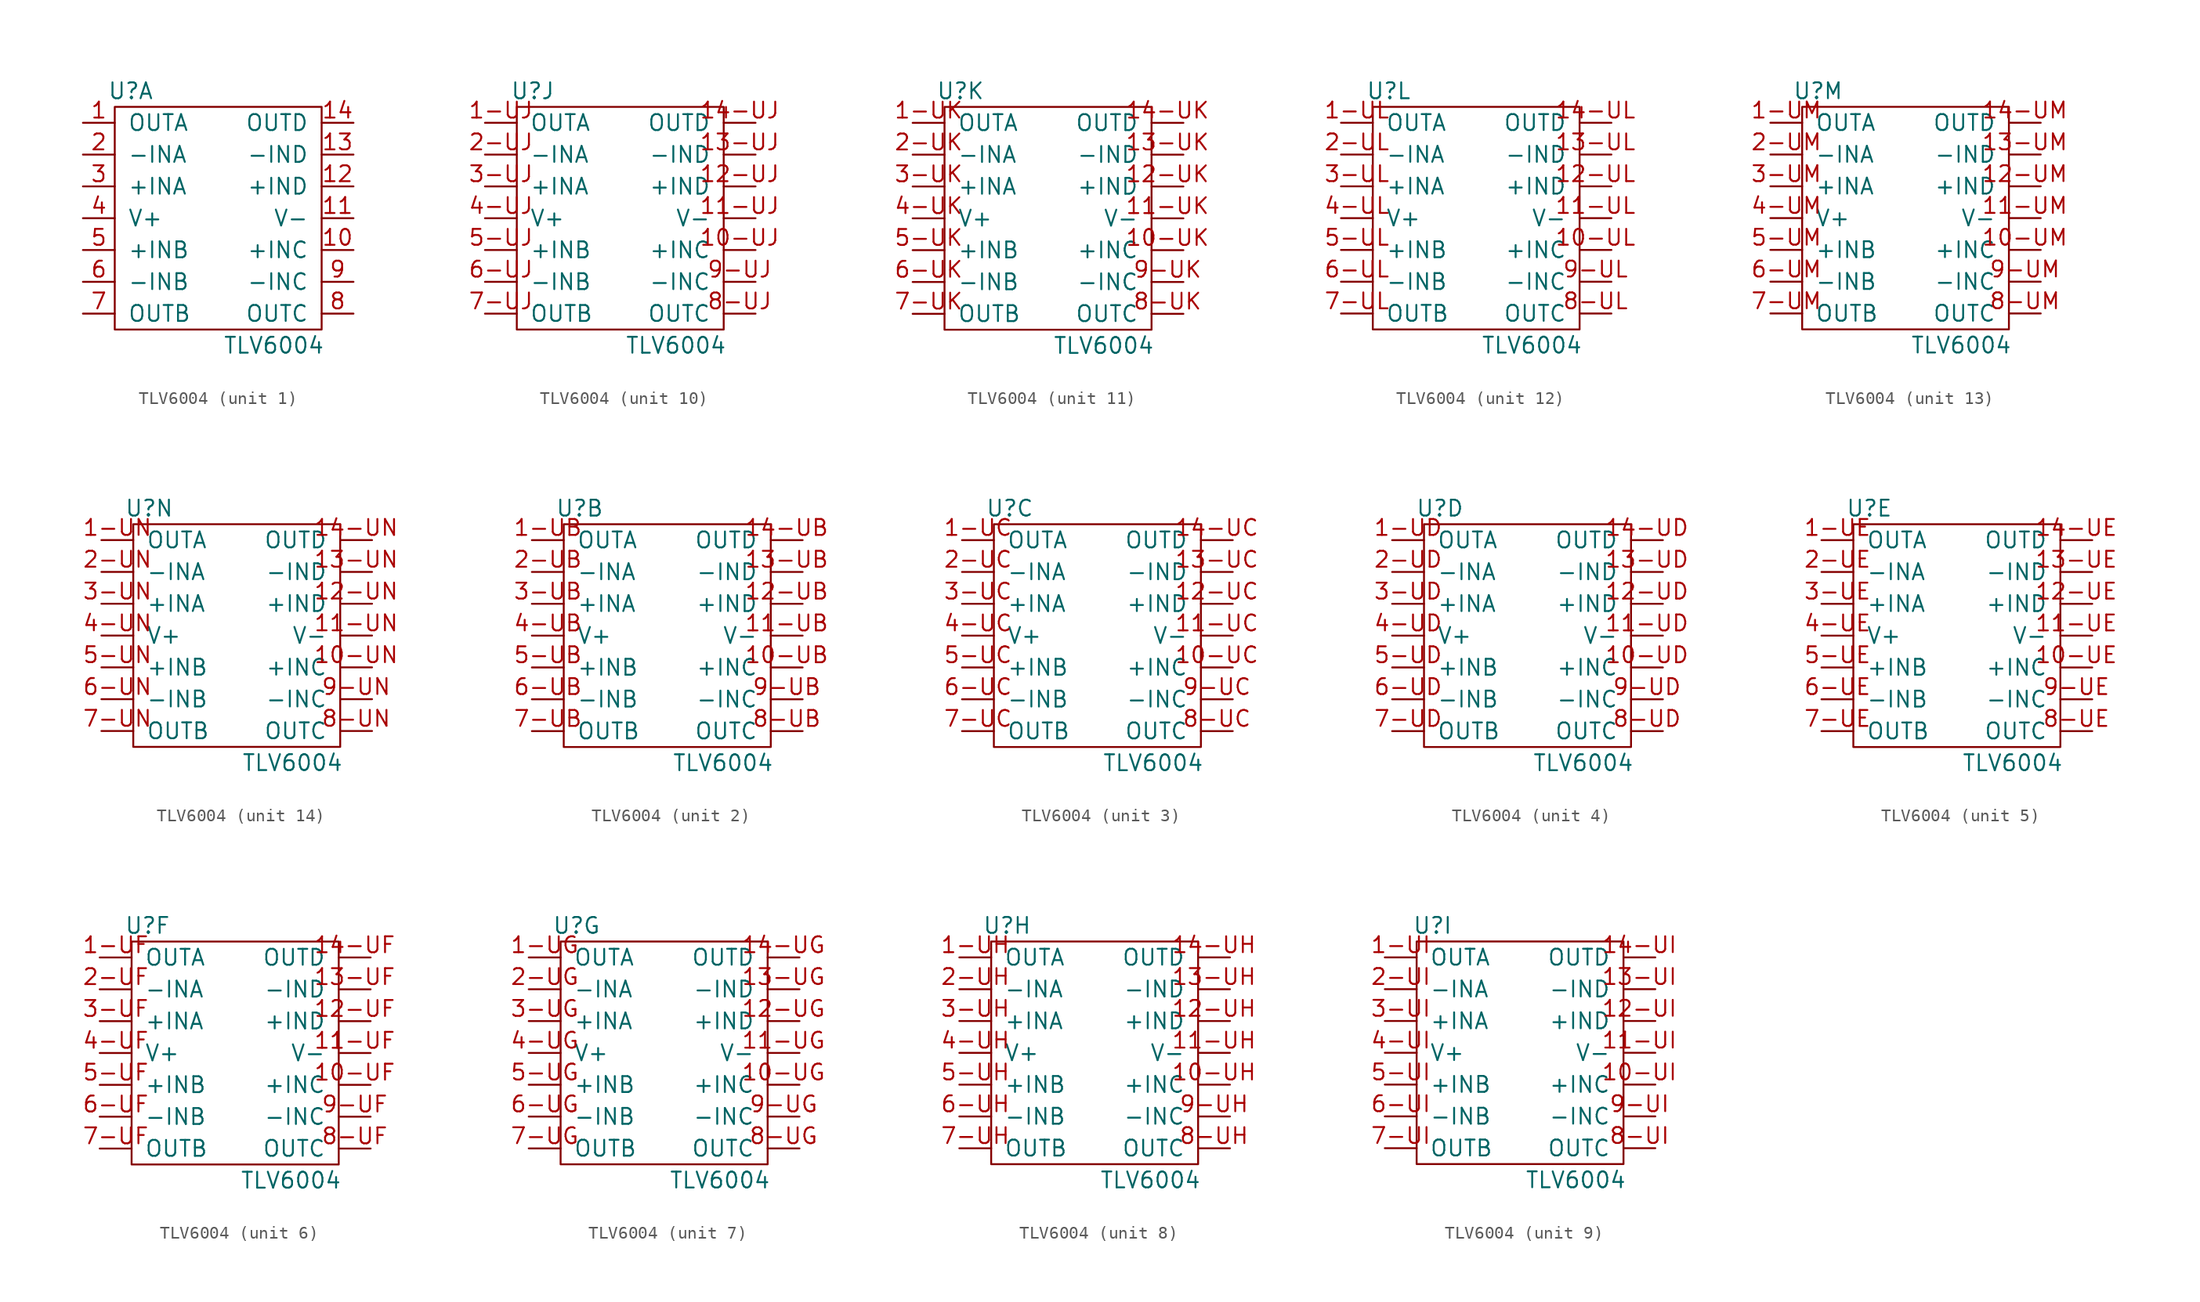
<source format=kicad_sym>
(kicad_symbol_lib
  (version 20211014)
  (generator kicad_symbol_editor)
  (symbol "TLV6004"
    (pin_names
      (offset 1.016))
    (property "Reference" "U"
      (at -6.35 10.16 0)
      (effects (font (size 1.27 1.27))))
    (property "Value" "TLV6004"
      (at 5.08 -10.16 0)
      (effects (font (size 1.27 1.27))))
    (symbol "TLV6004_0_1"
      (rectangle (start -7.62 8.89) (end 8.89 -8.89) (stroke (width 0) (type default) (color 0 0 0 0)) (fill (type none))))
    (symbol "TLV6004_1_1"
      (pin output line (at -10.16 7.62 0) (length 2.54) (name "OUTA" (effects (font (size 1.27 1.27)))) (number "1" (effects (font (size 1.27 1.27)))))
      (pin input line (at 11.43 -2.54 180) (length 2.54) (name "+INC" (effects (font (size 1.27 1.27)))) (number "10" (effects (font (size 1.27 1.27)))))
      (pin power_in line (at 11.43 0 180) (length 2.54) (name "V-" (effects (font (size 1.27 1.27)))) (number "11" (effects (font (size 1.27 1.27)))))
      (pin input line (at 11.43 2.54 180) (length 2.54) (name "+IND" (effects (font (size 1.27 1.27)))) (number "12" (effects (font (size 1.27 1.27)))))
      (pin input line (at 11.43 5.08 180) (length 2.54) (name "-IND" (effects (font (size 1.27 1.27)))) (number "13" (effects (font (size 1.27 1.27)))))
      (pin output line (at 11.43 7.62 180) (length 2.54) (name "OUTD" (effects (font (size 1.27 1.27)))) (number "14" (effects (font (size 1.27 1.27)))))
      (pin input line (at -10.16 5.08 0) (length 2.54) (name "-INA" (effects (font (size 1.27 1.27)))) (number "2" (effects (font (size 1.27 1.27)))))
      (pin input line (at -10.16 2.54 0) (length 2.54) (name "+INA" (effects (font (size 1.27 1.27)))) (number "3" (effects (font (size 1.27 1.27)))))
      (pin power_in line (at -10.16 0 0) (length 2.54) (name "V+" (effects (font (size 1.27 1.27)))) (number "4" (effects (font (size 1.27 1.27)))))
      (pin input line (at -10.16 -2.54 0) (length 2.54) (name "+INB" (effects (font (size 1.27 1.27)))) (number "5" (effects (font (size 1.27 1.27)))))
      (pin input line (at -10.16 -5.08 0) (length 2.54) (name "-INB" (effects (font (size 1.27 1.27)))) (number "6" (effects (font (size 1.27 1.27)))))
      (pin output line (at -10.16 -7.62 0) (length 2.54) (name "OUTB" (effects (font (size 1.27 1.27)))) (number "7" (effects (font (size 1.27 1.27)))))
      (pin output line (at 11.43 -7.62 180) (length 2.54) (name "OUTC" (effects (font (size 1.27 1.27)))) (number "8" (effects (font (size 1.27 1.27)))))
      (pin input line (at 11.43 -5.08 180) (length 2.54) (name "-INC" (effects (font (size 1.27 1.27)))) (number "9" (effects (font (size 1.27 1.27))))))
    (symbol "TLV6004_2_1"
      (pin output line (at -10.16 7.62 0) (length 2.54) (name "OUTA" (effects (font (size 1.27 1.27)))) (number "1-UB" (effects (font (size 1.27 1.27)))))
      (pin input line (at 11.43 -2.54 180) (length 2.54) (name "+INC" (effects (font (size 1.27 1.27)))) (number "10-UB" (effects (font (size 1.27 1.27)))))
      (pin power_in line (at 11.43 0 180) (length 2.54) (name "V-" (effects (font (size 1.27 1.27)))) (number "11-UB" (effects (font (size 1.27 1.27)))))
      (pin input line (at 11.43 2.54 180) (length 2.54) (name "+IND" (effects (font (size 1.27 1.27)))) (number "12-UB" (effects (font (size 1.27 1.27)))))
      (pin input line (at 11.43 5.08 180) (length 2.54) (name "-IND" (effects (font (size 1.27 1.27)))) (number "13-UB" (effects (font (size 1.27 1.27)))))
      (pin output line (at 11.43 7.62 180) (length 2.54) (name "OUTD" (effects (font (size 1.27 1.27)))) (number "14-UB" (effects (font (size 1.27 1.27)))))
      (pin input line (at -10.16 5.08 0) (length 2.54) (name "-INA" (effects (font (size 1.27 1.27)))) (number "2-UB" (effects (font (size 1.27 1.27)))))
      (pin input line (at -10.16 2.54 0) (length 2.54) (name "+INA" (effects (font (size 1.27 1.27)))) (number "3-UB" (effects (font (size 1.27 1.27)))))
      (pin power_in line (at -10.16 0 0) (length 2.54) (name "V+" (effects (font (size 1.27 1.27)))) (number "4-UB" (effects (font (size 1.27 1.27)))))
      (pin input line (at -10.16 -2.54 0) (length 2.54) (name "+INB" (effects (font (size 1.27 1.27)))) (number "5-UB" (effects (font (size 1.27 1.27)))))
      (pin input line (at -10.16 -5.08 0) (length 2.54) (name "-INB" (effects (font (size 1.27 1.27)))) (number "6-UB" (effects (font (size 1.27 1.27)))))
      (pin output line (at -10.16 -7.62 0) (length 2.54) (name "OUTB" (effects (font (size 1.27 1.27)))) (number "7-UB" (effects (font (size 1.27 1.27)))))
      (pin output line (at 11.43 -7.62 180) (length 2.54) (name "OUTC" (effects (font (size 1.27 1.27)))) (number "8-UB" (effects (font (size 1.27 1.27)))))
      (pin input line (at 11.43 -5.08 180) (length 2.54) (name "-INC" (effects (font (size 1.27 1.27)))) (number "9-UB" (effects (font (size 1.27 1.27))))))
    (symbol "TLV6004_3_1"
      (pin output line (at -10.16 7.62 0) (length 2.54) (name "OUTA" (effects (font (size 1.27 1.27)))) (number "1-UC" (effects (font (size 1.27 1.27)))))
      (pin input line (at 11.43 -2.54 180) (length 2.54) (name "+INC" (effects (font (size 1.27 1.27)))) (number "10-UC" (effects (font (size 1.27 1.27)))))
      (pin power_in line (at 11.43 0 180) (length 2.54) (name "V-" (effects (font (size 1.27 1.27)))) (number "11-UC" (effects (font (size 1.27 1.27)))))
      (pin input line (at 11.43 2.54 180) (length 2.54) (name "+IND" (effects (font (size 1.27 1.27)))) (number "12-UC" (effects (font (size 1.27 1.27)))))
      (pin input line (at 11.43 5.08 180) (length 2.54) (name "-IND" (effects (font (size 1.27 1.27)))) (number "13-UC" (effects (font (size 1.27 1.27)))))
      (pin output line (at 11.43 7.62 180) (length 2.54) (name "OUTD" (effects (font (size 1.27 1.27)))) (number "14-UC" (effects (font (size 1.27 1.27)))))
      (pin input line (at -10.16 5.08 0) (length 2.54) (name "-INA" (effects (font (size 1.27 1.27)))) (number "2-UC" (effects (font (size 1.27 1.27)))))
      (pin input line (at -10.16 2.54 0) (length 2.54) (name "+INA" (effects (font (size 1.27 1.27)))) (number "3-UC" (effects (font (size 1.27 1.27)))))
      (pin power_in line (at -10.16 0 0) (length 2.54) (name "V+" (effects (font (size 1.27 1.27)))) (number "4-UC" (effects (font (size 1.27 1.27)))))
      (pin input line (at -10.16 -2.54 0) (length 2.54) (name "+INB" (effects (font (size 1.27 1.27)))) (number "5-UC" (effects (font (size 1.27 1.27)))))
      (pin input line (at -10.16 -5.08 0) (length 2.54) (name "-INB" (effects (font (size 1.27 1.27)))) (number "6-UC" (effects (font (size 1.27 1.27)))))
      (pin output line (at -10.16 -7.62 0) (length 2.54) (name "OUTB" (effects (font (size 1.27 1.27)))) (number "7-UC" (effects (font (size 1.27 1.27)))))
      (pin output line (at 11.43 -7.62 180) (length 2.54) (name "OUTC" (effects (font (size 1.27 1.27)))) (number "8-UC" (effects (font (size 1.27 1.27)))))
      (pin input line (at 11.43 -5.08 180) (length 2.54) (name "-INC" (effects (font (size 1.27 1.27)))) (number "9-UC" (effects (font (size 1.27 1.27))))))
    (symbol "TLV6004_4_1"
      (pin output line (at -10.16 7.62 0) (length 2.54) (name "OUTA" (effects (font (size 1.27 1.27)))) (number "1-UD" (effects (font (size 1.27 1.27)))))
      (pin input line (at 11.43 -2.54 180) (length 2.54) (name "+INC" (effects (font (size 1.27 1.27)))) (number "10-UD" (effects (font (size 1.27 1.27)))))
      (pin power_in line (at 11.43 0 180) (length 2.54) (name "V-" (effects (font (size 1.27 1.27)))) (number "11-UD" (effects (font (size 1.27 1.27)))))
      (pin input line (at 11.43 2.54 180) (length 2.54) (name "+IND" (effects (font (size 1.27 1.27)))) (number "12-UD" (effects (font (size 1.27 1.27)))))
      (pin input line (at 11.43 5.08 180) (length 2.54) (name "-IND" (effects (font (size 1.27 1.27)))) (number "13-UD" (effects (font (size 1.27 1.27)))))
      (pin output line (at 11.43 7.62 180) (length 2.54) (name "OUTD" (effects (font (size 1.27 1.27)))) (number "14-UD" (effects (font (size 1.27 1.27)))))
      (pin input line (at -10.16 5.08 0) (length 2.54) (name "-INA" (effects (font (size 1.27 1.27)))) (number "2-UD" (effects (font (size 1.27 1.27)))))
      (pin input line (at -10.16 2.54 0) (length 2.54) (name "+INA" (effects (font (size 1.27 1.27)))) (number "3-UD" (effects (font (size 1.27 1.27)))))
      (pin power_in line (at -10.16 0 0) (length 2.54) (name "V+" (effects (font (size 1.27 1.27)))) (number "4-UD" (effects (font (size 1.27 1.27)))))
      (pin input line (at -10.16 -2.54 0) (length 2.54) (name "+INB" (effects (font (size 1.27 1.27)))) (number "5-UD" (effects (font (size 1.27 1.27)))))
      (pin input line (at -10.16 -5.08 0) (length 2.54) (name "-INB" (effects (font (size 1.27 1.27)))) (number "6-UD" (effects (font (size 1.27 1.27)))))
      (pin output line (at -10.16 -7.62 0) (length 2.54) (name "OUTB" (effects (font (size 1.27 1.27)))) (number "7-UD" (effects (font (size 1.27 1.27)))))
      (pin output line (at 11.43 -7.62 180) (length 2.54) (name "OUTC" (effects (font (size 1.27 1.27)))) (number "8-UD" (effects (font (size 1.27 1.27)))))
      (pin input line (at 11.43 -5.08 180) (length 2.54) (name "-INC" (effects (font (size 1.27 1.27)))) (number "9-UD" (effects (font (size 1.27 1.27))))))
    (symbol "TLV6004_5_1"
      (pin output line (at -10.16 7.62 0) (length 2.54) (name "OUTA" (effects (font (size 1.27 1.27)))) (number "1-UE" (effects (font (size 1.27 1.27)))))
      (pin input line (at 11.43 -2.54 180) (length 2.54) (name "+INC" (effects (font (size 1.27 1.27)))) (number "10-UE" (effects (font (size 1.27 1.27)))))
      (pin power_in line (at 11.43 0 180) (length 2.54) (name "V-" (effects (font (size 1.27 1.27)))) (number "11-UE" (effects (font (size 1.27 1.27)))))
      (pin input line (at 11.43 2.54 180) (length 2.54) (name "+IND" (effects (font (size 1.27 1.27)))) (number "12-UE" (effects (font (size 1.27 1.27)))))
      (pin input line (at 11.43 5.08 180) (length 2.54) (name "-IND" (effects (font (size 1.27 1.27)))) (number "13-UE" (effects (font (size 1.27 1.27)))))
      (pin output line (at 11.43 7.62 180) (length 2.54) (name "OUTD" (effects (font (size 1.27 1.27)))) (number "14-UE" (effects (font (size 1.27 1.27)))))
      (pin input line (at -10.16 5.08 0) (length 2.54) (name "-INA" (effects (font (size 1.27 1.27)))) (number "2-UE" (effects (font (size 1.27 1.27)))))
      (pin input line (at -10.16 2.54 0) (length 2.54) (name "+INA" (effects (font (size 1.27 1.27)))) (number "3-UE" (effects (font (size 1.27 1.27)))))
      (pin power_in line (at -10.16 0 0) (length 2.54) (name "V+" (effects (font (size 1.27 1.27)))) (number "4-UE" (effects (font (size 1.27 1.27)))))
      (pin input line (at -10.16 -2.54 0) (length 2.54) (name "+INB" (effects (font (size 1.27 1.27)))) (number "5-UE" (effects (font (size 1.27 1.27)))))
      (pin input line (at -10.16 -5.08 0) (length 2.54) (name "-INB" (effects (font (size 1.27 1.27)))) (number "6-UE" (effects (font (size 1.27 1.27)))))
      (pin output line (at -10.16 -7.62 0) (length 2.54) (name "OUTB" (effects (font (size 1.27 1.27)))) (number "7-UE" (effects (font (size 1.27 1.27)))))
      (pin output line (at 11.43 -7.62 180) (length 2.54) (name "OUTC" (effects (font (size 1.27 1.27)))) (number "8-UE" (effects (font (size 1.27 1.27)))))
      (pin input line (at 11.43 -5.08 180) (length 2.54) (name "-INC" (effects (font (size 1.27 1.27)))) (number "9-UE" (effects (font (size 1.27 1.27))))))
    (symbol "TLV6004_6_1"
      (pin output line (at -10.16 7.62 0) (length 2.54) (name "OUTA" (effects (font (size 1.27 1.27)))) (number "1-UF" (effects (font (size 1.27 1.27)))))
      (pin input line (at 11.43 -2.54 180) (length 2.54) (name "+INC" (effects (font (size 1.27 1.27)))) (number "10-UF" (effects (font (size 1.27 1.27)))))
      (pin power_in line (at 11.43 0 180) (length 2.54) (name "V-" (effects (font (size 1.27 1.27)))) (number "11-UF" (effects (font (size 1.27 1.27)))))
      (pin input line (at 11.43 2.54 180) (length 2.54) (name "+IND" (effects (font (size 1.27 1.27)))) (number "12-UF" (effects (font (size 1.27 1.27)))))
      (pin input line (at 11.43 5.08 180) (length 2.54) (name "-IND" (effects (font (size 1.27 1.27)))) (number "13-UF" (effects (font (size 1.27 1.27)))))
      (pin output line (at 11.43 7.62 180) (length 2.54) (name "OUTD" (effects (font (size 1.27 1.27)))) (number "14-UF" (effects (font (size 1.27 1.27)))))
      (pin input line (at -10.16 5.08 0) (length 2.54) (name "-INA" (effects (font (size 1.27 1.27)))) (number "2-UF" (effects (font (size 1.27 1.27)))))
      (pin input line (at -10.16 2.54 0) (length 2.54) (name "+INA" (effects (font (size 1.27 1.27)))) (number "3-UF" (effects (font (size 1.27 1.27)))))
      (pin power_in line (at -10.16 0 0) (length 2.54) (name "V+" (effects (font (size 1.27 1.27)))) (number "4-UF" (effects (font (size 1.27 1.27)))))
      (pin input line (at -10.16 -2.54 0) (length 2.54) (name "+INB" (effects (font (size 1.27 1.27)))) (number "5-UF" (effects (font (size 1.27 1.27)))))
      (pin input line (at -10.16 -5.08 0) (length 2.54) (name "-INB" (effects (font (size 1.27 1.27)))) (number "6-UF" (effects (font (size 1.27 1.27)))))
      (pin output line (at -10.16 -7.62 0) (length 2.54) (name "OUTB" (effects (font (size 1.27 1.27)))) (number "7-UF" (effects (font (size 1.27 1.27)))))
      (pin output line (at 11.43 -7.62 180) (length 2.54) (name "OUTC" (effects (font (size 1.27 1.27)))) (number "8-UF" (effects (font (size 1.27 1.27)))))
      (pin input line (at 11.43 -5.08 180) (length 2.54) (name "-INC" (effects (font (size 1.27 1.27)))) (number "9-UF" (effects (font (size 1.27 1.27))))))
    (symbol "TLV6004_7_1"
      (pin output line (at -10.16 7.62 0) (length 2.54) (name "OUTA" (effects (font (size 1.27 1.27)))) (number "1-UG" (effects (font (size 1.27 1.27)))))
      (pin input line (at 11.43 -2.54 180) (length 2.54) (name "+INC" (effects (font (size 1.27 1.27)))) (number "10-UG" (effects (font (size 1.27 1.27)))))
      (pin power_in line (at 11.43 0 180) (length 2.54) (name "V-" (effects (font (size 1.27 1.27)))) (number "11-UG" (effects (font (size 1.27 1.27)))))
      (pin input line (at 11.43 2.54 180) (length 2.54) (name "+IND" (effects (font (size 1.27 1.27)))) (number "12-UG" (effects (font (size 1.27 1.27)))))
      (pin input line (at 11.43 5.08 180) (length 2.54) (name "-IND" (effects (font (size 1.27 1.27)))) (number "13-UG" (effects (font (size 1.27 1.27)))))
      (pin output line (at 11.43 7.62 180) (length 2.54) (name "OUTD" (effects (font (size 1.27 1.27)))) (number "14-UG" (effects (font (size 1.27 1.27)))))
      (pin input line (at -10.16 5.08 0) (length 2.54) (name "-INA" (effects (font (size 1.27 1.27)))) (number "2-UG" (effects (font (size 1.27 1.27)))))
      (pin input line (at -10.16 2.54 0) (length 2.54) (name "+INA" (effects (font (size 1.27 1.27)))) (number "3-UG" (effects (font (size 1.27 1.27)))))
      (pin power_in line (at -10.16 0 0) (length 2.54) (name "V+" (effects (font (size 1.27 1.27)))) (number "4-UG" (effects (font (size 1.27 1.27)))))
      (pin input line (at -10.16 -2.54 0) (length 2.54) (name "+INB" (effects (font (size 1.27 1.27)))) (number "5-UG" (effects (font (size 1.27 1.27)))))
      (pin input line (at -10.16 -5.08 0) (length 2.54) (name "-INB" (effects (font (size 1.27 1.27)))) (number "6-UG" (effects (font (size 1.27 1.27)))))
      (pin output line (at -10.16 -7.62 0) (length 2.54) (name "OUTB" (effects (font (size 1.27 1.27)))) (number "7-UG" (effects (font (size 1.27 1.27)))))
      (pin output line (at 11.43 -7.62 180) (length 2.54) (name "OUTC" (effects (font (size 1.27 1.27)))) (number "8-UG" (effects (font (size 1.27 1.27)))))
      (pin input line (at 11.43 -5.08 180) (length 2.54) (name "-INC" (effects (font (size 1.27 1.27)))) (number "9-UG" (effects (font (size 1.27 1.27))))))
    (symbol "TLV6004_8_1"
      (pin output line (at -10.16 7.62 0) (length 2.54) (name "OUTA" (effects (font (size 1.27 1.27)))) (number "1-UH" (effects (font (size 1.27 1.27)))))
      (pin input line (at 11.43 -2.54 180) (length 2.54) (name "+INC" (effects (font (size 1.27 1.27)))) (number "10-UH" (effects (font (size 1.27 1.27)))))
      (pin power_in line (at 11.43 0 180) (length 2.54) (name "V-" (effects (font (size 1.27 1.27)))) (number "11-UH" (effects (font (size 1.27 1.27)))))
      (pin input line (at 11.43 2.54 180) (length 2.54) (name "+IND" (effects (font (size 1.27 1.27)))) (number "12-UH" (effects (font (size 1.27 1.27)))))
      (pin input line (at 11.43 5.08 180) (length 2.54) (name "-IND" (effects (font (size 1.27 1.27)))) (number "13-UH" (effects (font (size 1.27 1.27)))))
      (pin output line (at 11.43 7.62 180) (length 2.54) (name "OUTD" (effects (font (size 1.27 1.27)))) (number "14-UH" (effects (font (size 1.27 1.27)))))
      (pin input line (at -10.16 5.08 0) (length 2.54) (name "-INA" (effects (font (size 1.27 1.27)))) (number "2-UH" (effects (font (size 1.27 1.27)))))
      (pin input line (at -10.16 2.54 0) (length 2.54) (name "+INA" (effects (font (size 1.27 1.27)))) (number "3-UH" (effects (font (size 1.27 1.27)))))
      (pin power_in line (at -10.16 0 0) (length 2.54) (name "V+" (effects (font (size 1.27 1.27)))) (number "4-UH" (effects (font (size 1.27 1.27)))))
      (pin input line (at -10.16 -2.54 0) (length 2.54) (name "+INB" (effects (font (size 1.27 1.27)))) (number "5-UH" (effects (font (size 1.27 1.27)))))
      (pin input line (at -10.16 -5.08 0) (length 2.54) (name "-INB" (effects (font (size 1.27 1.27)))) (number "6-UH" (effects (font (size 1.27 1.27)))))
      (pin output line (at -10.16 -7.62 0) (length 2.54) (name "OUTB" (effects (font (size 1.27 1.27)))) (number "7-UH" (effects (font (size 1.27 1.27)))))
      (pin output line (at 11.43 -7.62 180) (length 2.54) (name "OUTC" (effects (font (size 1.27 1.27)))) (number "8-UH" (effects (font (size 1.27 1.27)))))
      (pin input line (at 11.43 -5.08 180) (length 2.54) (name "-INC" (effects (font (size 1.27 1.27)))) (number "9-UH" (effects (font (size 1.27 1.27))))))
    (symbol "TLV6004_9_1"
      (pin output line (at -10.16 7.62 0) (length 2.54) (name "OUTA" (effects (font (size 1.27 1.27)))) (number "1-UI" (effects (font (size 1.27 1.27)))))
      (pin input line (at 11.43 -2.54 180) (length 2.54) (name "+INC" (effects (font (size 1.27 1.27)))) (number "10-UI" (effects (font (size 1.27 1.27)))))
      (pin power_in line (at 11.43 0 180) (length 2.54) (name "V-" (effects (font (size 1.27 1.27)))) (number "11-UI" (effects (font (size 1.27 1.27)))))
      (pin input line (at 11.43 2.54 180) (length 2.54) (name "+IND" (effects (font (size 1.27 1.27)))) (number "12-UI" (effects (font (size 1.27 1.27)))))
      (pin input line (at 11.43 5.08 180) (length 2.54) (name "-IND" (effects (font (size 1.27 1.27)))) (number "13-UI" (effects (font (size 1.27 1.27)))))
      (pin output line (at 11.43 7.62 180) (length 2.54) (name "OUTD" (effects (font (size 1.27 1.27)))) (number "14-UI" (effects (font (size 1.27 1.27)))))
      (pin input line (at -10.16 5.08 0) (length 2.54) (name "-INA" (effects (font (size 1.27 1.27)))) (number "2-UI" (effects (font (size 1.27 1.27)))))
      (pin input line (at -10.16 2.54 0) (length 2.54) (name "+INA" (effects (font (size 1.27 1.27)))) (number "3-UI" (effects (font (size 1.27 1.27)))))
      (pin power_in line (at -10.16 0 0) (length 2.54) (name "V+" (effects (font (size 1.27 1.27)))) (number "4-UI" (effects (font (size 1.27 1.27)))))
      (pin input line (at -10.16 -2.54 0) (length 2.54) (name "+INB" (effects (font (size 1.27 1.27)))) (number "5-UI" (effects (font (size 1.27 1.27)))))
      (pin input line (at -10.16 -5.08 0) (length 2.54) (name "-INB" (effects (font (size 1.27 1.27)))) (number "6-UI" (effects (font (size 1.27 1.27)))))
      (pin output line (at -10.16 -7.62 0) (length 2.54) (name "OUTB" (effects (font (size 1.27 1.27)))) (number "7-UI" (effects (font (size 1.27 1.27)))))
      (pin output line (at 11.43 -7.62 180) (length 2.54) (name "OUTC" (effects (font (size 1.27 1.27)))) (number "8-UI" (effects (font (size 1.27 1.27)))))
      (pin input line (at 11.43 -5.08 180) (length 2.54) (name "-INC" (effects (font (size 1.27 1.27)))) (number "9-UI" (effects (font (size 1.27 1.27))))))
    (symbol "TLV6004_10_1"
      (pin output line (at -10.16 7.62 0) (length 2.54) (name "OUTA" (effects (font (size 1.27 1.27)))) (number "1-UJ" (effects (font (size 1.27 1.27)))))
      (pin input line (at 11.43 -2.54 180) (length 2.54) (name "+INC" (effects (font (size 1.27 1.27)))) (number "10-UJ" (effects (font (size 1.27 1.27)))))
      (pin power_in line (at 11.43 0 180) (length 2.54) (name "V-" (effects (font (size 1.27 1.27)))) (number "11-UJ" (effects (font (size 1.27 1.27)))))
      (pin input line (at 11.43 2.54 180) (length 2.54) (name "+IND" (effects (font (size 1.27 1.27)))) (number "12-UJ" (effects (font (size 1.27 1.27)))))
      (pin input line (at 11.43 5.08 180) (length 2.54) (name "-IND" (effects (font (size 1.27 1.27)))) (number "13-UJ" (effects (font (size 1.27 1.27)))))
      (pin output line (at 11.43 7.62 180) (length 2.54) (name "OUTD" (effects (font (size 1.27 1.27)))) (number "14-UJ" (effects (font (size 1.27 1.27)))))
      (pin input line (at -10.16 5.08 0) (length 2.54) (name "-INA" (effects (font (size 1.27 1.27)))) (number "2-UJ" (effects (font (size 1.27 1.27)))))
      (pin input line (at -10.16 2.54 0) (length 2.54) (name "+INA" (effects (font (size 1.27 1.27)))) (number "3-UJ" (effects (font (size 1.27 1.27)))))
      (pin power_in line (at -10.16 0 0) (length 2.54) (name "V+" (effects (font (size 1.27 1.27)))) (number "4-UJ" (effects (font (size 1.27 1.27)))))
      (pin input line (at -10.16 -2.54 0) (length 2.54) (name "+INB" (effects (font (size 1.27 1.27)))) (number "5-UJ" (effects (font (size 1.27 1.27)))))
      (pin input line (at -10.16 -5.08 0) (length 2.54) (name "-INB" (effects (font (size 1.27 1.27)))) (number "6-UJ" (effects (font (size 1.27 1.27)))))
      (pin output line (at -10.16 -7.62 0) (length 2.54) (name "OUTB" (effects (font (size 1.27 1.27)))) (number "7-UJ" (effects (font (size 1.27 1.27)))))
      (pin output line (at 11.43 -7.62 180) (length 2.54) (name "OUTC" (effects (font (size 1.27 1.27)))) (number "8-UJ" (effects (font (size 1.27 1.27)))))
      (pin input line (at 11.43 -5.08 180) (length 2.54) (name "-INC" (effects (font (size 1.27 1.27)))) (number "9-UJ" (effects (font (size 1.27 1.27))))))
    (symbol "TLV6004_11_1"
      (pin output line (at -10.16 7.62 0) (length 2.54) (name "OUTA" (effects (font (size 1.27 1.27)))) (number "1-UK" (effects (font (size 1.27 1.27)))))
      (pin input line (at 11.43 -2.54 180) (length 2.54) (name "+INC" (effects (font (size 1.27 1.27)))) (number "10-UK" (effects (font (size 1.27 1.27)))))
      (pin power_in line (at 11.43 0 180) (length 2.54) (name "V-" (effects (font (size 1.27 1.27)))) (number "11-UK" (effects (font (size 1.27 1.27)))))
      (pin input line (at 11.43 2.54 180) (length 2.54) (name "+IND" (effects (font (size 1.27 1.27)))) (number "12-UK" (effects (font (size 1.27 1.27)))))
      (pin input line (at 11.43 5.08 180) (length 2.54) (name "-IND" (effects (font (size 1.27 1.27)))) (number "13-UK" (effects (font (size 1.27 1.27)))))
      (pin output line (at 11.43 7.62 180) (length 2.54) (name "OUTD" (effects (font (size 1.27 1.27)))) (number "14-UK" (effects (font (size 1.27 1.27)))))
      (pin input line (at -10.16 5.08 0) (length 2.54) (name "-INA" (effects (font (size 1.27 1.27)))) (number "2-UK" (effects (font (size 1.27 1.27)))))
      (pin input line (at -10.16 2.54 0) (length 2.54) (name "+INA" (effects (font (size 1.27 1.27)))) (number "3-UK" (effects (font (size 1.27 1.27)))))
      (pin power_in line (at -10.16 0 0) (length 2.54) (name "V+" (effects (font (size 1.27 1.27)))) (number "4-UK" (effects (font (size 1.27 1.27)))))
      (pin input line (at -10.16 -2.54 0) (length 2.54) (name "+INB" (effects (font (size 1.27 1.27)))) (number "5-UK" (effects (font (size 1.27 1.27)))))
      (pin input line (at -10.16 -5.08 0) (length 2.54) (name "-INB" (effects (font (size 1.27 1.27)))) (number "6-UK" (effects (font (size 1.27 1.27)))))
      (pin output line (at -10.16 -7.62 0) (length 2.54) (name "OUTB" (effects (font (size 1.27 1.27)))) (number "7-UK" (effects (font (size 1.27 1.27)))))
      (pin output line (at 11.43 -7.62 180) (length 2.54) (name "OUTC" (effects (font (size 1.27 1.27)))) (number "8-UK" (effects (font (size 1.27 1.27)))))
      (pin input line (at 11.43 -5.08 180) (length 2.54) (name "-INC" (effects (font (size 1.27 1.27)))) (number "9-UK" (effects (font (size 1.27 1.27))))))
    (symbol "TLV6004_12_1"
      (pin output line (at -10.16 7.62 0) (length 2.54) (name "OUTA" (effects (font (size 1.27 1.27)))) (number "1-UL" (effects (font (size 1.27 1.27)))))
      (pin input line (at 11.43 -2.54 180) (length 2.54) (name "+INC" (effects (font (size 1.27 1.27)))) (number "10-UL" (effects (font (size 1.27 1.27)))))
      (pin power_in line (at 11.43 0 180) (length 2.54) (name "V-" (effects (font (size 1.27 1.27)))) (number "11-UL" (effects (font (size 1.27 1.27)))))
      (pin input line (at 11.43 2.54 180) (length 2.54) (name "+IND" (effects (font (size 1.27 1.27)))) (number "12-UL" (effects (font (size 1.27 1.27)))))
      (pin input line (at 11.43 5.08 180) (length 2.54) (name "-IND" (effects (font (size 1.27 1.27)))) (number "13-UL" (effects (font (size 1.27 1.27)))))
      (pin output line (at 11.43 7.62 180) (length 2.54) (name "OUTD" (effects (font (size 1.27 1.27)))) (number "14-UL" (effects (font (size 1.27 1.27)))))
      (pin input line (at -10.16 5.08 0) (length 2.54) (name "-INA" (effects (font (size 1.27 1.27)))) (number "2-UL" (effects (font (size 1.27 1.27)))))
      (pin input line (at -10.16 2.54 0) (length 2.54) (name "+INA" (effects (font (size 1.27 1.27)))) (number "3-UL" (effects (font (size 1.27 1.27)))))
      (pin power_in line (at -10.16 0 0) (length 2.54) (name "V+" (effects (font (size 1.27 1.27)))) (number "4-UL" (effects (font (size 1.27 1.27)))))
      (pin input line (at -10.16 -2.54 0) (length 2.54) (name "+INB" (effects (font (size 1.27 1.27)))) (number "5-UL" (effects (font (size 1.27 1.27)))))
      (pin input line (at -10.16 -5.08 0) (length 2.54) (name "-INB" (effects (font (size 1.27 1.27)))) (number "6-UL" (effects (font (size 1.27 1.27)))))
      (pin output line (at -10.16 -7.62 0) (length 2.54) (name "OUTB" (effects (font (size 1.27 1.27)))) (number "7-UL" (effects (font (size 1.27 1.27)))))
      (pin output line (at 11.43 -7.62 180) (length 2.54) (name "OUTC" (effects (font (size 1.27 1.27)))) (number "8-UL" (effects (font (size 1.27 1.27)))))
      (pin input line (at 11.43 -5.08 180) (length 2.54) (name "-INC" (effects (font (size 1.27 1.27)))) (number "9-UL" (effects (font (size 1.27 1.27))))))
    (symbol "TLV6004_13_1"
      (pin output line (at -10.16 7.62 0) (length 2.54) (name "OUTA" (effects (font (size 1.27 1.27)))) (number "1-UM" (effects (font (size 1.27 1.27)))))
      (pin input line (at 11.43 -2.54 180) (length 2.54) (name "+INC" (effects (font (size 1.27 1.27)))) (number "10-UM" (effects (font (size 1.27 1.27)))))
      (pin power_in line (at 11.43 0 180) (length 2.54) (name "V-" (effects (font (size 1.27 1.27)))) (number "11-UM" (effects (font (size 1.27 1.27)))))
      (pin input line (at 11.43 2.54 180) (length 2.54) (name "+IND" (effects (font (size 1.27 1.27)))) (number "12-UM" (effects (font (size 1.27 1.27)))))
      (pin input line (at 11.43 5.08 180) (length 2.54) (name "-IND" (effects (font (size 1.27 1.27)))) (number "13-UM" (effects (font (size 1.27 1.27)))))
      (pin output line (at 11.43 7.62 180) (length 2.54) (name "OUTD" (effects (font (size 1.27 1.27)))) (number "14-UM" (effects (font (size 1.27 1.27)))))
      (pin input line (at -10.16 5.08 0) (length 2.54) (name "-INA" (effects (font (size 1.27 1.27)))) (number "2-UM" (effects (font (size 1.27 1.27)))))
      (pin input line (at -10.16 2.54 0) (length 2.54) (name "+INA" (effects (font (size 1.27 1.27)))) (number "3-UM" (effects (font (size 1.27 1.27)))))
      (pin power_in line (at -10.16 0 0) (length 2.54) (name "V+" (effects (font (size 1.27 1.27)))) (number "4-UM" (effects (font (size 1.27 1.27)))))
      (pin input line (at -10.16 -2.54 0) (length 2.54) (name "+INB" (effects (font (size 1.27 1.27)))) (number "5-UM" (effects (font (size 1.27 1.27)))))
      (pin input line (at -10.16 -5.08 0) (length 2.54) (name "-INB" (effects (font (size 1.27 1.27)))) (number "6-UM" (effects (font (size 1.27 1.27)))))
      (pin output line (at -10.16 -7.62 0) (length 2.54) (name "OUTB" (effects (font (size 1.27 1.27)))) (number "7-UM" (effects (font (size 1.27 1.27)))))
      (pin output line (at 11.43 -7.62 180) (length 2.54) (name "OUTC" (effects (font (size 1.27 1.27)))) (number "8-UM" (effects (font (size 1.27 1.27)))))
      (pin input line (at 11.43 -5.08 180) (length 2.54) (name "-INC" (effects (font (size 1.27 1.27)))) (number "9-UM" (effects (font (size 1.27 1.27))))))
    (symbol "TLV6004_14_1"
      (pin output line (at -10.16 7.62 0) (length 2.54) (name "OUTA" (effects (font (size 1.27 1.27)))) (number "1-UN" (effects (font (size 1.27 1.27)))))
      (pin input line (at 11.43 -2.54 180) (length 2.54) (name "+INC" (effects (font (size 1.27 1.27)))) (number "10-UN" (effects (font (size 1.27 1.27)))))
      (pin power_in line (at 11.43 0 180) (length 2.54) (name "V-" (effects (font (size 1.27 1.27)))) (number "11-UN" (effects (font (size 1.27 1.27)))))
      (pin input line (at 11.43 2.54 180) (length 2.54) (name "+IND" (effects (font (size 1.27 1.27)))) (number "12-UN" (effects (font (size 1.27 1.27)))))
      (pin input line (at 11.43 5.08 180) (length 2.54) (name "-IND" (effects (font (size 1.27 1.27)))) (number "13-UN" (effects (font (size 1.27 1.27)))))
      (pin output line (at 11.43 7.62 180) (length 2.54) (name "OUTD" (effects (font (size 1.27 1.27)))) (number "14-UN" (effects (font (size 1.27 1.27)))))
      (pin input line (at -10.16 5.08 0) (length 2.54) (name "-INA" (effects (font (size 1.27 1.27)))) (number "2-UN" (effects (font (size 1.27 1.27)))))
      (pin input line (at -10.16 2.54 0) (length 2.54) (name "+INA" (effects (font (size 1.27 1.27)))) (number "3-UN" (effects (font (size 1.27 1.27)))))
      (pin power_in line (at -10.16 0 0) (length 2.54) (name "V+" (effects (font (size 1.27 1.27)))) (number "4-UN" (effects (font (size 1.27 1.27)))))
      (pin input line (at -10.16 -2.54 0) (length 2.54) (name "+INB" (effects (font (size 1.27 1.27)))) (number "5-UN" (effects (font (size 1.27 1.27)))))
      (pin input line (at -10.16 -5.08 0) (length 2.54) (name "-INB" (effects (font (size 1.27 1.27)))) (number "6-UN" (effects (font (size 1.27 1.27)))))
      (pin output line (at -10.16 -7.62 0) (length 2.54) (name "OUTB" (effects (font (size 1.27 1.27)))) (number "7-UN" (effects (font (size 1.27 1.27)))))
      (pin output line (at 11.43 -7.62 180) (length 2.54) (name "OUTC" (effects (font (size 1.27 1.27)))) (number "8-UN" (effects (font (size 1.27 1.27)))))
      (pin input line (at 11.43 -5.08 180) (length 2.54) (name "-INC" (effects (font (size 1.27 1.27)))) (number "9-UN" (effects (font (size 1.27 1.27))))))))
</source>
